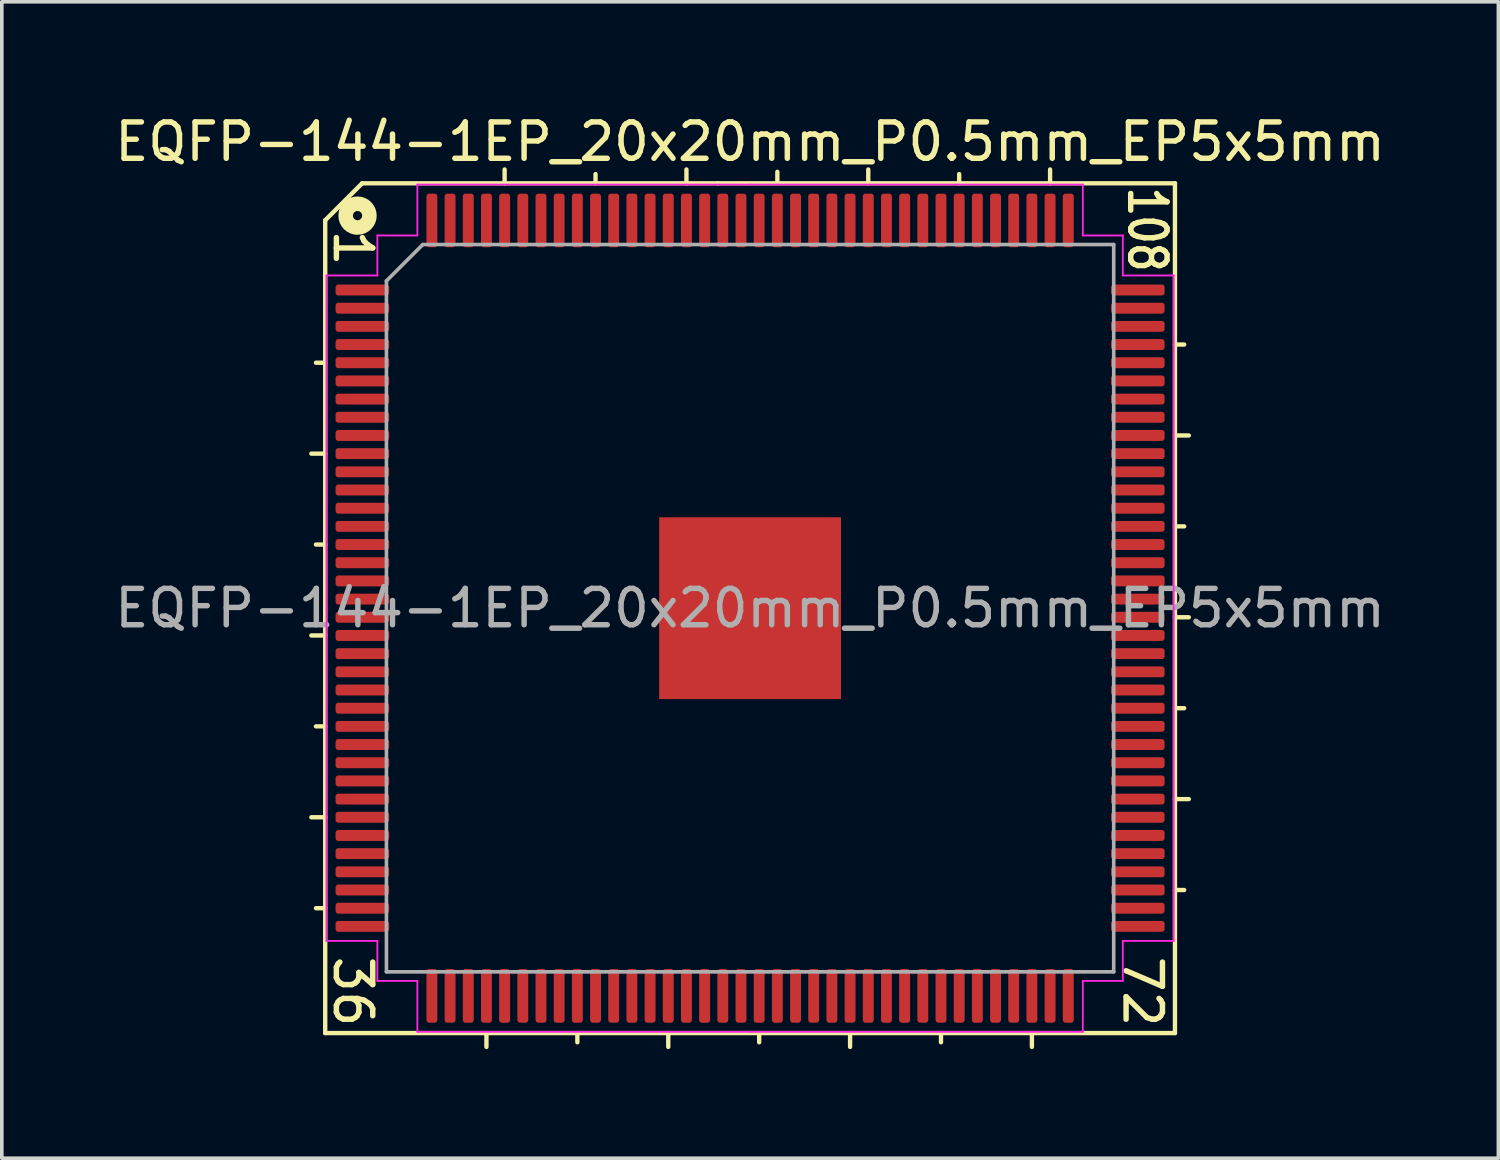
<source format=kicad_pcb>
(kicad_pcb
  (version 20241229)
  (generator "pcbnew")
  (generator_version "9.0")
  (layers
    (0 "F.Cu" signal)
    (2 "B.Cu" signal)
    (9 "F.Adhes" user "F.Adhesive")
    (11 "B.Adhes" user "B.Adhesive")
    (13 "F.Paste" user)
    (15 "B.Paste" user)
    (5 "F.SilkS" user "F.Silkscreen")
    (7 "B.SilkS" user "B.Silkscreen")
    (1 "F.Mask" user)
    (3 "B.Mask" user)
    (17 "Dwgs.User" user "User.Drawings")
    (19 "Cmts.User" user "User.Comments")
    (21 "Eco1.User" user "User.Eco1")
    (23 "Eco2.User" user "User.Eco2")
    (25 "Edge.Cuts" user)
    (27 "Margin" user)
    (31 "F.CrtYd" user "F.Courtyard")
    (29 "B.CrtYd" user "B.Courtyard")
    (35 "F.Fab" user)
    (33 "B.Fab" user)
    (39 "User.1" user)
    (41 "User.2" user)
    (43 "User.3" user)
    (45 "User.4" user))
  (footprint "EQFP-144-1EP_20x20mm_P0.5mm_EP5x5mm"
    (layer "F.Cu")
    (at 17.577 13.675)
    (property "Reference" "EQFP-144-1EP_20x20mm_P0.5mm_EP5x5mm" (at 0 -12.827 0) (layer "F.SilkS") (effects (font (size 1 1) (thickness 0.15))))
    (attr smd)
    (fp_line (start -11.684 -10.668) (end -11.684 11.684) (stroke (width 0.12) (type solid)) (layer "F.SilkS"))
    (fp_line (start -11.684 -6.75) (end -11.938 -6.75) (stroke (width 0.12) (type solid)) (layer "F.SilkS"))
    (fp_line (start -11.684 -4.25) (end -12.065 -4.25) (stroke (width 0.12) (type solid)) (layer "F.SilkS"))
    (fp_line (start -11.684 -1.75) (end -11.938 -1.75) (stroke (width 0.12) (type solid)) (layer "F.SilkS"))
    (fp_line (start -11.684 0.75) (end -12.065 0.75) (stroke (width 0.12) (type solid)) (layer "F.SilkS"))
    (fp_line (start -11.684 3.25) (end -11.938 3.25) (stroke (width 0.12) (type solid)) (layer "F.SilkS"))
    (fp_line (start -11.684 5.75) (end -12.065 5.75) (stroke (width 0.12) (type solid)) (layer "F.SilkS"))
    (fp_line (start -11.684 8.25) (end -11.938 8.25) (stroke (width 0.12) (type solid)) (layer "F.SilkS"))
    (fp_line (start -11.684 11.684) (end 11.684 11.684) (stroke (width 0.12) (type solid)) (layer "F.SilkS"))
    (fp_line (start -10.668 -11.684) (end -11.684 -10.668) (stroke (width 0.12) (type solid)) (layer "F.SilkS"))
    (fp_line (start -7.25 11.684) (end -7.25 12.065) (stroke (width 0.12) (type solid)) (layer "F.SilkS"))
    (fp_line (start -6.75 -11.684) (end -6.75 -12.065) (stroke (width 0.12) (type solid)) (layer "F.SilkS"))
    (fp_line (start -4.75 11.684) (end -4.75 11.938) (stroke (width 0.12) (type solid)) (layer "F.SilkS"))
    (fp_line (start -4.25 -11.684) (end -4.25 -11.938) (stroke (width 0.12) (type solid)) (layer "F.SilkS"))
    (fp_line (start -2.25 11.684) (end -2.25 12.065) (stroke (width 0.12) (type solid)) (layer "F.SilkS"))
    (fp_line (start -1.75 -11.684) (end -1.75 -12.065) (stroke (width 0.12) (type solid)) (layer "F.SilkS"))
    (fp_line (start -0.889 -11.684) (end -10.668 -11.684) (stroke (width 0.12) (type solid)) (layer "F.SilkS"))
    (fp_line (start 0.25 11.684) (end 0.25 11.938) (stroke (width 0.12) (type solid)) (layer "F.SilkS"))
    (fp_line (start 0.75 -11.75) (end 0.75 -12) (stroke (width 0.12) (type solid)) (layer "F.SilkS"))
    (fp_line (start 2.75 11.684) (end 2.75 12.065) (stroke (width 0.12) (type solid)) (layer "F.SilkS"))
    (fp_line (start 3.25 -11.684) (end 3.25 -12.065) (stroke (width 0.12) (type solid)) (layer "F.SilkS"))
    (fp_line (start 5.25 11.684) (end 5.25 11.938) (stroke (width 0.12) (type solid)) (layer "F.SilkS"))
    (fp_line (start 5.75 -11.684) (end 5.75 -11.938) (stroke (width 0.12) (type solid)) (layer "F.SilkS"))
    (fp_line (start 7.75 11.684) (end 7.75 12.065) (stroke (width 0.12) (type solid)) (layer "F.SilkS"))
    (fp_line (start 8.25 -11.684) (end 8.25 -12.065) (stroke (width 0.12) (type solid)) (layer "F.SilkS"))
    (fp_line (start 11.684 -11.684) (end -0.889 -11.684) (stroke (width 0.12) (type solid)) (layer "F.SilkS"))
    (fp_line (start 11.684 -7.25) (end 11.938 -7.25) (stroke (width 0.12) (type solid)) (layer "F.SilkS"))
    (fp_line (start 11.684 -4.75) (end 12.065 -4.75) (stroke (width 0.12) (type solid)) (layer "F.SilkS"))
    (fp_line (start 11.684 -2.25) (end 11.938 -2.25) (stroke (width 0.12) (type solid)) (layer "F.SilkS"))
    (fp_line (start 11.684 0.25) (end 12.065 0.25) (stroke (width 0.12) (type solid)) (layer "F.SilkS"))
    (fp_line (start 11.684 2.75) (end 11.938 2.75) (stroke (width 0.12) (type solid)) (layer "F.SilkS"))
    (fp_line (start 11.684 5.25) (end 12.065 5.25) (stroke (width 0.12) (type solid)) (layer "F.SilkS"))
    (fp_line (start 11.684 7.75) (end 11.938 7.75) (stroke (width 0.12) (type solid)) (layer "F.SilkS"))
    (fp_line (start 11.684 11.684) (end 11.684 -11.684) (stroke (width 0.12) (type solid)) (layer "F.SilkS"))
    (fp_circle (center -10.795 -10.795) (end -10.668 -10.795) (stroke (width 0.4) (type solid)) (fill no) (layer "F.SilkS"))
    (fp_line (start -11.65 -9.15) (end -11.65 0) (stroke (width 0.05) (type solid)) (layer "F.CrtYd"))
    (fp_line (start -11.65 9.15) (end -11.65 0) (stroke (width 0.05) (type solid)) (layer "F.CrtYd"))
    (fp_line (start -10.25 -10.25) (end -10.25 -9.15) (stroke (width 0.05) (type solid)) (layer "F.CrtYd"))
    (fp_line (start -10.25 -9.15) (end -11.65 -9.15) (stroke (width 0.05) (type solid)) (layer "F.CrtYd"))
    (fp_line (start -10.25 9.15) (end -11.65 9.15) (stroke (width 0.05) (type solid)) (layer "F.CrtYd"))
    (fp_line (start -10.25 10.25) (end -10.25 9.15) (stroke (width 0.05) (type solid)) (layer "F.CrtYd"))
    (fp_line (start -9.15 -11.65) (end -9.15 -10.25) (stroke (width 0.05) (type solid)) (layer "F.CrtYd"))
    (fp_line (start -9.15 -10.25) (end -10.25 -10.25) (stroke (width 0.05) (type solid)) (layer "F.CrtYd"))
    (fp_line (start -9.15 10.25) (end -10.25 10.25) (stroke (width 0.05) (type solid)) (layer "F.CrtYd"))
    (fp_line (start -9.15 11.65) (end -9.15 10.25) (stroke (width 0.05) (type solid)) (layer "F.CrtYd"))
    (fp_line (start 0 -11.65) (end -9.15 -11.65) (stroke (width 0.05) (type solid)) (layer "F.CrtYd"))
    (fp_line (start 0 -11.65) (end 9.15 -11.65) (stroke (width 0.05) (type solid)) (layer "F.CrtYd"))
    (fp_line (start 0 11.65) (end -9.15 11.65) (stroke (width 0.05) (type solid)) (layer "F.CrtYd"))
    (fp_line (start 0 11.65) (end 9.15 11.65) (stroke (width 0.05) (type solid)) (layer "F.CrtYd"))
    (fp_line (start 9.15 -11.65) (end 9.15 -10.25) (stroke (width 0.05) (type solid)) (layer "F.CrtYd"))
    (fp_line (start 9.15 -10.25) (end 10.25 -10.25) (stroke (width 0.05) (type solid)) (layer "F.CrtYd"))
    (fp_line (start 9.15 10.25) (end 10.25 10.25) (stroke (width 0.05) (type solid)) (layer "F.CrtYd"))
    (fp_line (start 9.15 11.65) (end 9.15 10.25) (stroke (width 0.05) (type solid)) (layer "F.CrtYd"))
    (fp_line (start 10.25 -10.25) (end 10.25 -9.15) (stroke (width 0.05) (type solid)) (layer "F.CrtYd"))
    (fp_line (start 10.25 -9.15) (end 11.65 -9.15) (stroke (width 0.05) (type solid)) (layer "F.CrtYd"))
    (fp_line (start 10.25 9.15) (end 11.65 9.15) (stroke (width 0.05) (type solid)) (layer "F.CrtYd"))
    (fp_line (start 10.25 10.25) (end 10.25 9.15) (stroke (width 0.05) (type solid)) (layer "F.CrtYd"))
    (fp_line (start 11.65 -9.15) (end 11.65 0) (stroke (width 0.05) (type solid)) (layer "F.CrtYd"))
    (fp_line (start 11.65 9.15) (end 11.65 0) (stroke (width 0.05) (type solid)) (layer "F.CrtYd"))
    (fp_line (start -10 -9) (end -9 -10) (stroke (width 0.1) (type solid)) (layer "F.Fab"))
    (fp_line (start -10 10) (end -10 -9) (stroke (width 0.1) (type solid)) (layer "F.Fab"))
    (fp_line (start -9 -10) (end 10 -10) (stroke (width 0.1) (type solid)) (layer "F.Fab"))
    (fp_line (start 10 -10) (end 10 10) (stroke (width 0.1) (type solid)) (layer "F.Fab"))
    (fp_line (start 10 10) (end -10 10) (stroke (width 0.1) (type solid)) (layer "F.Fab"))
    (fp_text user "36" (at -10.922 10.541 270) (unlocked yes) (layer "F.SilkS") (effects (font (size 1 1) (thickness 0.15))))
    (fp_text user "1" (at -10.922 -9.906 270) (unlocked yes) (layer "F.SilkS") (effects (font (size 1 1) (thickness 0.15))))
    (fp_text user "108" (at 10.922 -10.414 270) (unlocked yes) (layer "F.SilkS") (effects (font (size 1 0.8) (thickness 0.15))))
    (fp_text user "72" (at 10.795 10.541 270) (unlocked yes) (layer "F.SilkS") (effects (font (size 1 1) (thickness 0.15))))
    (fp_text user "${REFERENCE}" (at 0 0 0) (layer "F.Fab") (effects (font (size 1 1) (thickness 0.15))))
    (pad "" smd roundrect (at -1.875 -1.875) (size 1.01 1.01) (layers "F.Paste") (roundrect_rratio 0.248))
    (pad "" smd roundrect (at -1.875 -0.625) (size 1.01 1.01) (layers "F.Paste") (roundrect_rratio 0.248))
    (pad "" smd roundrect (at -1.875 0.625) (size 1.01 1.01) (layers "F.Paste") (roundrect_rratio 0.248))
    (pad "" smd roundrect (at -1.875 1.875) (size 1.01 1.01) (layers "F.Paste") (roundrect_rratio 0.248))
    (pad "" smd roundrect (at -0.625 -1.875) (size 1.01 1.01) (layers "F.Paste") (roundrect_rratio 0.248))
    (pad "" smd roundrect (at -0.625 -0.625) (size 1.01 1.01) (layers "F.Paste") (roundrect_rratio 0.248))
    (pad "" smd roundrect (at -0.625 0.625) (size 1.01 1.01) (layers "F.Paste") (roundrect_rratio 0.248))
    (pad "" smd roundrect (at -0.625 1.875) (size 1.01 1.01) (layers "F.Paste") (roundrect_rratio 0.248))
    (pad "" smd roundrect (at 0.625 -1.875) (size 1.01 1.01) (layers "F.Paste") (roundrect_rratio 0.248))
    (pad "" smd roundrect (at 0.625 -0.625) (size 1.01 1.01) (layers "F.Paste") (roundrect_rratio 0.248))
    (pad "" smd roundrect (at 0.625 0.625) (size 1.01 1.01) (layers "F.Paste") (roundrect_rratio 0.248))
    (pad "" smd roundrect (at 0.625 1.875) (size 1.01 1.01) (layers "F.Paste") (roundrect_rratio 0.248))
    (pad "" smd roundrect (at 1.875 -1.875) (size 1.01 1.01) (layers "F.Paste") (roundrect_rratio 0.248))
    (pad "" smd roundrect (at 1.875 -0.625) (size 1.01 1.01) (layers "F.Paste") (roundrect_rratio 0.248))
    (pad "" smd roundrect (at 1.875 0.625) (size 1.01 1.01) (layers "F.Paste") (roundrect_rratio 0.248))
    (pad "" smd roundrect (at 1.875 1.875) (size 1.01 1.01) (layers "F.Paste") (roundrect_rratio 0.248))
    (pad "1" smd roundrect (at -10.662 -8.75) (size 1.475 0.3) (layers "F.Cu" "F.Mask" "F.Paste") (roundrect_rratio 0.25))
    (pad "2" smd roundrect (at -10.662 -8.25) (size 1.475 0.3) (layers "F.Cu" "F.Mask" "F.Paste") (roundrect_rratio 0.25))
    (pad "3" smd roundrect (at -10.662 -7.75) (size 1.475 0.3) (layers "F.Cu" "F.Mask" "F.Paste") (roundrect_rratio 0.25))
    (pad "4" smd roundrect (at -10.662 -7.25) (size 1.475 0.3) (layers "F.Cu" "F.Mask" "F.Paste") (roundrect_rratio 0.25))
    (pad "5" smd roundrect (at -10.662 -6.75) (size 1.475 0.3) (layers "F.Cu" "F.Mask" "F.Paste") (roundrect_rratio 0.25))
    (pad "6" smd roundrect (at -10.662 -6.25) (size 1.475 0.3) (layers "F.Cu" "F.Mask" "F.Paste") (roundrect_rratio 0.25))
    (pad "7" smd roundrect (at -10.662 -5.75) (size 1.475 0.3) (layers "F.Cu" "F.Mask" "F.Paste") (roundrect_rratio 0.25))
    (pad "8" smd roundrect (at -10.662 -5.25) (size 1.475 0.3) (layers "F.Cu" "F.Mask" "F.Paste") (roundrect_rratio 0.25))
    (pad "9" smd roundrect (at -10.662 -4.75) (size 1.475 0.3) (layers "F.Cu" "F.Mask" "F.Paste") (roundrect_rratio 0.25))
    (pad "10" smd roundrect (at -10.662 -4.25) (size 1.475 0.3) (layers "F.Cu" "F.Mask" "F.Paste") (roundrect_rratio 0.25))
    (pad "11" smd roundrect (at -10.662 -3.75) (size 1.475 0.3) (layers "F.Cu" "F.Mask" "F.Paste") (roundrect_rratio 0.25))
    (pad "12" smd roundrect (at -10.662 -3.25) (size 1.475 0.3) (layers "F.Cu" "F.Mask" "F.Paste") (roundrect_rratio 0.25))
    (pad "13" smd roundrect (at -10.662 -2.75) (size 1.475 0.3) (layers "F.Cu" "F.Mask" "F.Paste") (roundrect_rratio 0.25))
    (pad "14" smd roundrect (at -10.662 -2.25) (size 1.475 0.3) (layers "F.Cu" "F.Mask" "F.Paste") (roundrect_rratio 0.25))
    (pad "15" smd roundrect (at -10.662 -1.75) (size 1.475 0.3) (layers "F.Cu" "F.Mask" "F.Paste") (roundrect_rratio 0.25))
    (pad "16" smd roundrect (at -10.662 -1.25) (size 1.475 0.3) (layers "F.Cu" "F.Mask" "F.Paste") (roundrect_rratio 0.25))
    (pad "17" smd roundrect (at -10.662 -0.75) (size 1.475 0.3) (layers "F.Cu" "F.Mask" "F.Paste") (roundrect_rratio 0.25))
    (pad "18" smd roundrect (at -10.662 -0.25) (size 1.475 0.3) (layers "F.Cu" "F.Mask" "F.Paste") (roundrect_rratio 0.25))
    (pad "19" smd roundrect (at -10.662 0.25) (size 1.475 0.3) (layers "F.Cu" "F.Mask" "F.Paste") (roundrect_rratio 0.25))
    (pad "20" smd roundrect (at -10.662 0.75) (size 1.475 0.3) (layers "F.Cu" "F.Mask" "F.Paste") (roundrect_rratio 0.25))
    (pad "21" smd roundrect (at -10.662 1.25) (size 1.475 0.3) (layers "F.Cu" "F.Mask" "F.Paste") (roundrect_rratio 0.25))
    (pad "22" smd roundrect (at -10.662 1.75) (size 1.475 0.3) (layers "F.Cu" "F.Mask" "F.Paste") (roundrect_rratio 0.25))
    (pad "23" smd roundrect (at -10.662 2.25) (size 1.475 0.3) (layers "F.Cu" "F.Mask" "F.Paste") (roundrect_rratio 0.25))
    (pad "24" smd roundrect (at -10.662 2.75) (size 1.475 0.3) (layers "F.Cu" "F.Mask" "F.Paste") (roundrect_rratio 0.25))
    (pad "25" smd roundrect (at -10.662 3.25) (size 1.475 0.3) (layers "F.Cu" "F.Mask" "F.Paste") (roundrect_rratio 0.25))
    (pad "26" smd roundrect (at -10.662 3.75) (size 1.475 0.3) (layers "F.Cu" "F.Mask" "F.Paste") (roundrect_rratio 0.25))
    (pad "27" smd roundrect (at -10.662 4.25) (size 1.475 0.3) (layers "F.Cu" "F.Mask" "F.Paste") (roundrect_rratio 0.25))
    (pad "28" smd roundrect (at -10.662 4.75) (size 1.475 0.3) (layers "F.Cu" "F.Mask" "F.Paste") (roundrect_rratio 0.25))
    (pad "29" smd roundrect (at -10.662 5.25) (size 1.475 0.3) (layers "F.Cu" "F.Mask" "F.Paste") (roundrect_rratio 0.25))
    (pad "30" smd roundrect (at -10.662 5.75) (size 1.475 0.3) (layers "F.Cu" "F.Mask" "F.Paste") (roundrect_rratio 0.25))
    (pad "31" smd roundrect (at -10.662 6.25) (size 1.475 0.3) (layers "F.Cu" "F.Mask" "F.Paste") (roundrect_rratio 0.25))
    (pad "32" smd roundrect (at -10.662 6.75) (size 1.475 0.3) (layers "F.Cu" "F.Mask" "F.Paste") (roundrect_rratio 0.25))
    (pad "33" smd roundrect (at -10.662 7.25) (size 1.475 0.3) (layers "F.Cu" "F.Mask" "F.Paste") (roundrect_rratio 0.25))
    (pad "34" smd roundrect (at -10.662 7.75) (size 1.475 0.3) (layers "F.Cu" "F.Mask" "F.Paste") (roundrect_rratio 0.25))
    (pad "35" smd roundrect (at -10.662 8.25) (size 1.475 0.3) (layers "F.Cu" "F.Mask" "F.Paste") (roundrect_rratio 0.25))
    (pad "36" smd roundrect (at -10.662 8.75) (size 1.475 0.3) (layers "F.Cu" "F.Mask" "F.Paste") (roundrect_rratio 0.25))
    (pad "37" smd roundrect (at -8.75 10.662) (size 0.3 1.475) (layers "F.Cu" "F.Mask" "F.Paste") (roundrect_rratio 0.25))
    (pad "38" smd roundrect (at -8.25 10.662) (size 0.3 1.475) (layers "F.Cu" "F.Mask" "F.Paste") (roundrect_rratio 0.25))
    (pad "39" smd roundrect (at -7.75 10.662) (size 0.3 1.475) (layers "F.Cu" "F.Mask" "F.Paste") (roundrect_rratio 0.25))
    (pad "40" smd roundrect (at -7.25 10.662) (size 0.3 1.475) (layers "F.Cu" "F.Mask" "F.Paste") (roundrect_rratio 0.25))
    (pad "41" smd roundrect (at -6.75 10.662) (size 0.3 1.475) (layers "F.Cu" "F.Mask" "F.Paste") (roundrect_rratio 0.25))
    (pad "42" smd roundrect (at -6.25 10.662) (size 0.3 1.475) (layers "F.Cu" "F.Mask" "F.Paste") (roundrect_rratio 0.25))
    (pad "43" smd roundrect (at -5.75 10.662) (size 0.3 1.475) (layers "F.Cu" "F.Mask" "F.Paste") (roundrect_rratio 0.25))
    (pad "44" smd roundrect (at -5.25 10.662) (size 0.3 1.475) (layers "F.Cu" "F.Mask" "F.Paste") (roundrect_rratio 0.25))
    (pad "45" smd roundrect (at -4.75 10.662) (size 0.3 1.475) (layers "F.Cu" "F.Mask" "F.Paste") (roundrect_rratio 0.25))
    (pad "46" smd roundrect (at -4.25 10.662) (size 0.3 1.475) (layers "F.Cu" "F.Mask" "F.Paste") (roundrect_rratio 0.25))
    (pad "47" smd roundrect (at -3.75 10.662) (size 0.3 1.475) (layers "F.Cu" "F.Mask" "F.Paste") (roundrect_rratio 0.25))
    (pad "48" smd roundrect (at -3.25 10.662) (size 0.3 1.475) (layers "F.Cu" "F.Mask" "F.Paste") (roundrect_rratio 0.25))
    (pad "49" smd roundrect (at -2.75 10.662) (size 0.3 1.475) (layers "F.Cu" "F.Mask" "F.Paste") (roundrect_rratio 0.25))
    (pad "50" smd roundrect (at -2.25 10.662) (size 0.3 1.475) (layers "F.Cu" "F.Mask" "F.Paste") (roundrect_rratio 0.25))
    (pad "51" smd roundrect (at -1.75 10.662) (size 0.3 1.475) (layers "F.Cu" "F.Mask" "F.Paste") (roundrect_rratio 0.25))
    (pad "52" smd roundrect (at -1.25 10.662) (size 0.3 1.475) (layers "F.Cu" "F.Mask" "F.Paste") (roundrect_rratio 0.25))
    (pad "53" smd roundrect (at -0.75 10.662) (size 0.3 1.475) (layers "F.Cu" "F.Mask" "F.Paste") (roundrect_rratio 0.25))
    (pad "54" smd roundrect (at -0.25 10.662) (size 0.3 1.475) (layers "F.Cu" "F.Mask" "F.Paste") (roundrect_rratio 0.25))
    (pad "55" smd roundrect (at 0.25 10.662) (size 0.3 1.475) (layers "F.Cu" "F.Mask" "F.Paste") (roundrect_rratio 0.25))
    (pad "56" smd roundrect (at 0.75 10.662) (size 0.3 1.475) (layers "F.Cu" "F.Mask" "F.Paste") (roundrect_rratio 0.25))
    (pad "57" smd roundrect (at 1.25 10.662) (size 0.3 1.475) (layers "F.Cu" "F.Mask" "F.Paste") (roundrect_rratio 0.25))
    (pad "58" smd roundrect (at 1.75 10.662) (size 0.3 1.475) (layers "F.Cu" "F.Mask" "F.Paste") (roundrect_rratio 0.25))
    (pad "59" smd roundrect (at 2.25 10.662) (size 0.3 1.475) (layers "F.Cu" "F.Mask" "F.Paste") (roundrect_rratio 0.25))
    (pad "60" smd roundrect (at 2.75 10.662) (size 0.3 1.475) (layers "F.Cu" "F.Mask" "F.Paste") (roundrect_rratio 0.25))
    (pad "61" smd roundrect (at 3.25 10.662) (size 0.3 1.475) (layers "F.Cu" "F.Mask" "F.Paste") (roundrect_rratio 0.25))
    (pad "62" smd roundrect (at 3.75 10.662) (size 0.3 1.475) (layers "F.Cu" "F.Mask" "F.Paste") (roundrect_rratio 0.25))
    (pad "63" smd roundrect (at 4.25 10.662) (size 0.3 1.475) (layers "F.Cu" "F.Mask" "F.Paste") (roundrect_rratio 0.25))
    (pad "64" smd roundrect (at 4.75 10.662) (size 0.3 1.475) (layers "F.Cu" "F.Mask" "F.Paste") (roundrect_rratio 0.25))
    (pad "65" smd roundrect (at 5.25 10.662) (size 0.3 1.475) (layers "F.Cu" "F.Mask" "F.Paste") (roundrect_rratio 0.25))
    (pad "66" smd roundrect (at 5.75 10.662) (size 0.3 1.475) (layers "F.Cu" "F.Mask" "F.Paste") (roundrect_rratio 0.25))
    (pad "67" smd roundrect (at 6.25 10.662) (size 0.3 1.475) (layers "F.Cu" "F.Mask" "F.Paste") (roundrect_rratio 0.25))
    (pad "68" smd roundrect (at 6.75 10.662) (size 0.3 1.475) (layers "F.Cu" "F.Mask" "F.Paste") (roundrect_rratio 0.25))
    (pad "69" smd roundrect (at 7.25 10.662) (size 0.3 1.475) (layers "F.Cu" "F.Mask" "F.Paste") (roundrect_rratio 0.25))
    (pad "70" smd roundrect (at 7.75 10.662) (size 0.3 1.475) (layers "F.Cu" "F.Mask" "F.Paste") (roundrect_rratio 0.25))
    (pad "71" smd roundrect (at 8.25 10.662) (size 0.3 1.475) (layers "F.Cu" "F.Mask" "F.Paste") (roundrect_rratio 0.25))
    (pad "72" smd roundrect (at 8.75 10.662) (size 0.3 1.475) (layers "F.Cu" "F.Mask" "F.Paste") (roundrect_rratio 0.25))
    (pad "73" smd roundrect (at 10.662 8.75) (size 1.475 0.3) (layers "F.Cu" "F.Mask" "F.Paste") (roundrect_rratio 0.25))
    (pad "74" smd roundrect (at 10.662 8.25) (size 1.475 0.3) (layers "F.Cu" "F.Mask" "F.Paste") (roundrect_rratio 0.25))
    (pad "75" smd roundrect (at 10.662 7.75) (size 1.475 0.3) (layers "F.Cu" "F.Mask" "F.Paste") (roundrect_rratio 0.25))
    (pad "76" smd roundrect (at 10.662 7.25) (size 1.475 0.3) (layers "F.Cu" "F.Mask" "F.Paste") (roundrect_rratio 0.25))
    (pad "77" smd roundrect (at 10.662 6.75) (size 1.475 0.3) (layers "F.Cu" "F.Mask" "F.Paste") (roundrect_rratio 0.25))
    (pad "78" smd roundrect (at 10.662 6.25) (size 1.475 0.3) (layers "F.Cu" "F.Mask" "F.Paste") (roundrect_rratio 0.25))
    (pad "79" smd roundrect (at 10.662 5.75) (size 1.475 0.3) (layers "F.Cu" "F.Mask" "F.Paste") (roundrect_rratio 0.25))
    (pad "80" smd roundrect (at 10.662 5.25) (size 1.475 0.3) (layers "F.Cu" "F.Mask" "F.Paste") (roundrect_rratio 0.25))
    (pad "81" smd roundrect (at 10.662 4.75) (size 1.475 0.3) (layers "F.Cu" "F.Mask" "F.Paste") (roundrect_rratio 0.25))
    (pad "82" smd roundrect (at 10.662 4.25) (size 1.475 0.3) (layers "F.Cu" "F.Mask" "F.Paste") (roundrect_rratio 0.25))
    (pad "83" smd roundrect (at 10.662 3.75) (size 1.475 0.3) (layers "F.Cu" "F.Mask" "F.Paste") (roundrect_rratio 0.25))
    (pad "84" smd roundrect (at 10.662 3.25) (size 1.475 0.3) (layers "F.Cu" "F.Mask" "F.Paste") (roundrect_rratio 0.25))
    (pad "85" smd roundrect (at 10.662 2.75) (size 1.475 0.3) (layers "F.Cu" "F.Mask" "F.Paste") (roundrect_rratio 0.25))
    (pad "86" smd roundrect (at 10.662 2.25) (size 1.475 0.3) (layers "F.Cu" "F.Mask" "F.Paste") (roundrect_rratio 0.25))
    (pad "87" smd roundrect (at 10.662 1.75) (size 1.475 0.3) (layers "F.Cu" "F.Mask" "F.Paste") (roundrect_rratio 0.25))
    (pad "88" smd roundrect (at 10.662 1.25) (size 1.475 0.3) (layers "F.Cu" "F.Mask" "F.Paste") (roundrect_rratio 0.25))
    (pad "89" smd roundrect (at 10.662 0.75) (size 1.475 0.3) (layers "F.Cu" "F.Mask" "F.Paste") (roundrect_rratio 0.25))
    (pad "90" smd roundrect (at 10.662 0.25) (size 1.475 0.3) (layers "F.Cu" "F.Mask" "F.Paste") (roundrect_rratio 0.25))
    (pad "91" smd roundrect (at 10.662 -0.25) (size 1.475 0.3) (layers "F.Cu" "F.Mask" "F.Paste") (roundrect_rratio 0.25))
    (pad "92" smd roundrect (at 10.662 -0.75) (size 1.475 0.3) (layers "F.Cu" "F.Mask" "F.Paste") (roundrect_rratio 0.25))
    (pad "93" smd roundrect (at 10.662 -1.25) (size 1.475 0.3) (layers "F.Cu" "F.Mask" "F.Paste") (roundrect_rratio 0.25))
    (pad "94" smd roundrect (at 10.662 -1.75) (size 1.475 0.3) (layers "F.Cu" "F.Mask" "F.Paste") (roundrect_rratio 0.25))
    (pad "95" smd roundrect (at 10.662 -2.25) (size 1.475 0.3) (layers "F.Cu" "F.Mask" "F.Paste") (roundrect_rratio 0.25))
    (pad "96" smd roundrect (at 10.662 -2.75) (size 1.475 0.3) (layers "F.Cu" "F.Mask" "F.Paste") (roundrect_rratio 0.25))
    (pad "97" smd roundrect (at 10.662 -3.25) (size 1.475 0.3) (layers "F.Cu" "F.Mask" "F.Paste") (roundrect_rratio 0.25))
    (pad "98" smd roundrect (at 10.662 -3.75) (size 1.475 0.3) (layers "F.Cu" "F.Mask" "F.Paste") (roundrect_rratio 0.25))
    (pad "99" smd roundrect (at 10.662 -4.25) (size 1.475 0.3) (layers "F.Cu" "F.Mask" "F.Paste") (roundrect_rratio 0.25))
    (pad "100" smd roundrect (at 10.662 -4.75) (size 1.475 0.3) (layers "F.Cu" "F.Mask" "F.Paste") (roundrect_rratio 0.25))
    (pad "101" smd roundrect (at 10.662 -5.25) (size 1.475 0.3) (layers "F.Cu" "F.Mask" "F.Paste") (roundrect_rratio 0.25))
    (pad "102" smd roundrect (at 10.662 -5.75) (size 1.475 0.3) (layers "F.Cu" "F.Mask" "F.Paste") (roundrect_rratio 0.25))
    (pad "103" smd roundrect (at 10.662 -6.25) (size 1.475 0.3) (layers "F.Cu" "F.Mask" "F.Paste") (roundrect_rratio 0.25))
    (pad "104" smd roundrect (at 10.662 -6.75) (size 1.475 0.3) (layers "F.Cu" "F.Mask" "F.Paste") (roundrect_rratio 0.25))
    (pad "105" smd roundrect (at 10.662 -7.25) (size 1.475 0.3) (layers "F.Cu" "F.Mask" "F.Paste") (roundrect_rratio 0.25))
    (pad "106" smd roundrect (at 10.662 -7.75) (size 1.475 0.3) (layers "F.Cu" "F.Mask" "F.Paste") (roundrect_rratio 0.25))
    (pad "107" smd roundrect (at 10.662 -8.25) (size 1.475 0.3) (layers "F.Cu" "F.Mask" "F.Paste") (roundrect_rratio 0.25))
    (pad "108" smd roundrect (at 10.662 -8.75) (size 1.475 0.3) (layers "F.Cu" "F.Mask" "F.Paste") (roundrect_rratio 0.25))
    (pad "109" smd roundrect (at 8.75 -10.662) (size 0.3 1.475) (layers "F.Cu" "F.Mask" "F.Paste") (roundrect_rratio 0.25))
    (pad "110" smd roundrect (at 8.25 -10.662) (size 0.3 1.475) (layers "F.Cu" "F.Mask" "F.Paste") (roundrect_rratio 0.25))
    (pad "111" smd roundrect (at 7.75 -10.662) (size 0.3 1.475) (layers "F.Cu" "F.Mask" "F.Paste") (roundrect_rratio 0.25))
    (pad "112" smd roundrect (at 7.25 -10.662) (size 0.3 1.475) (layers "F.Cu" "F.Mask" "F.Paste") (roundrect_rratio 0.25))
    (pad "113" smd roundrect (at 6.75 -10.662) (size 0.3 1.475) (layers "F.Cu" "F.Mask" "F.Paste") (roundrect_rratio 0.25))
    (pad "114" smd roundrect (at 6.25 -10.662) (size 0.3 1.475) (layers "F.Cu" "F.Mask" "F.Paste") (roundrect_rratio 0.25))
    (pad "115" smd roundrect (at 5.75 -10.662) (size 0.3 1.475) (layers "F.Cu" "F.Mask" "F.Paste") (roundrect_rratio 0.25))
    (pad "116" smd roundrect (at 5.25 -10.662) (size 0.3 1.475) (layers "F.Cu" "F.Mask" "F.Paste") (roundrect_rratio 0.25))
    (pad "117" smd roundrect (at 4.75 -10.662) (size 0.3 1.475) (layers "F.Cu" "F.Mask" "F.Paste") (roundrect_rratio 0.25))
    (pad "118" smd roundrect (at 4.25 -10.662) (size 0.3 1.475) (layers "F.Cu" "F.Mask" "F.Paste") (roundrect_rratio 0.25))
    (pad "119" smd roundrect (at 3.75 -10.662) (size 0.3 1.475) (layers "F.Cu" "F.Mask" "F.Paste") (roundrect_rratio 0.25))
    (pad "120" smd roundrect (at 3.25 -10.662) (size 0.3 1.475) (layers "F.Cu" "F.Mask" "F.Paste") (roundrect_rratio 0.25))
    (pad "121" smd roundrect (at 2.75 -10.662) (size 0.3 1.475) (layers "F.Cu" "F.Mask" "F.Paste") (roundrect_rratio 0.25))
    (pad "122" smd roundrect (at 2.25 -10.662) (size 0.3 1.475) (layers "F.Cu" "F.Mask" "F.Paste") (roundrect_rratio 0.25))
    (pad "123" smd roundrect (at 1.75 -10.662) (size 0.3 1.475) (layers "F.Cu" "F.Mask" "F.Paste") (roundrect_rratio 0.25))
    (pad "124" smd roundrect (at 1.25 -10.662) (size 0.3 1.475) (layers "F.Cu" "F.Mask" "F.Paste") (roundrect_rratio 0.25))
    (pad "125" smd roundrect (at 0.75 -10.662) (size 0.3 1.475) (layers "F.Cu" "F.Mask" "F.Paste") (roundrect_rratio 0.25))
    (pad "126" smd roundrect (at 0.25 -10.662) (size 0.3 1.475) (layers "F.Cu" "F.Mask" "F.Paste") (roundrect_rratio 0.25))
    (pad "127" smd roundrect (at -0.25 -10.662) (size 0.3 1.475) (layers "F.Cu" "F.Mask" "F.Paste") (roundrect_rratio 0.25))
    (pad "128" smd roundrect (at -0.75 -10.662) (size 0.3 1.475) (layers "F.Cu" "F.Mask" "F.Paste") (roundrect_rratio 0.25))
    (pad "129" smd roundrect (at -1.25 -10.662) (size 0.3 1.475) (layers "F.Cu" "F.Mask" "F.Paste") (roundrect_rratio 0.25))
    (pad "130" smd roundrect (at -1.75 -10.662) (size 0.3 1.475) (layers "F.Cu" "F.Mask" "F.Paste") (roundrect_rratio 0.25))
    (pad "131" smd roundrect (at -2.25 -10.662) (size 0.3 1.475) (layers "F.Cu" "F.Mask" "F.Paste") (roundrect_rratio 0.25))
    (pad "132" smd roundrect (at -2.75 -10.662) (size 0.3 1.475) (layers "F.Cu" "F.Mask" "F.Paste") (roundrect_rratio 0.25))
    (pad "133" smd roundrect (at -3.25 -10.662) (size 0.3 1.475) (layers "F.Cu" "F.Mask" "F.Paste") (roundrect_rratio 0.25))
    (pad "134" smd roundrect (at -3.75 -10.662) (size 0.3 1.475) (layers "F.Cu" "F.Mask" "F.Paste") (roundrect_rratio 0.25))
    (pad "135" smd roundrect (at -4.25 -10.662) (size 0.3 1.475) (layers "F.Cu" "F.Mask" "F.Paste") (roundrect_rratio 0.25))
    (pad "136" smd roundrect (at -4.75 -10.662) (size 0.3 1.475) (layers "F.Cu" "F.Mask" "F.Paste") (roundrect_rratio 0.25))
    (pad "137" smd roundrect (at -5.25 -10.662) (size 0.3 1.475) (layers "F.Cu" "F.Mask" "F.Paste") (roundrect_rratio 0.25))
    (pad "138" smd roundrect (at -5.75 -10.662) (size 0.3 1.475) (layers "F.Cu" "F.Mask" "F.Paste") (roundrect_rratio 0.25))
    (pad "139" smd roundrect (at -6.25 -10.662) (size 0.3 1.475) (layers "F.Cu" "F.Mask" "F.Paste") (roundrect_rratio 0.25))
    (pad "140" smd roundrect (at -6.75 -10.662) (size 0.3 1.475) (layers "F.Cu" "F.Mask" "F.Paste") (roundrect_rratio 0.25))
    (pad "141" smd roundrect (at -7.25 -10.662) (size 0.3 1.475) (layers "F.Cu" "F.Mask" "F.Paste") (roundrect_rratio 0.25))
    (pad "142" smd roundrect (at -7.75 -10.662) (size 0.3 1.475) (layers "F.Cu" "F.Mask" "F.Paste") (roundrect_rratio 0.25))
    (pad "143" smd roundrect (at -8.25 -10.662) (size 0.3 1.475) (layers "F.Cu" "F.Mask" "F.Paste") (roundrect_rratio 0.25))
    (pad "144" smd roundrect (at -8.75 -10.662) (size 0.3 1.475) (layers "F.Cu" "F.Mask" "F.Paste") (roundrect_rratio 0.25))
    (pad "145" smd rect (at 0 0) (size 5 5) (layers "F.Cu" "F.Mask")))
  (gr_rect
    (start -3 -3)
    (end 38.155 28.8)
    (stroke (width 0.1) (type default))
    (fill no)
    (layer "Edge.Cuts")))
</source>
